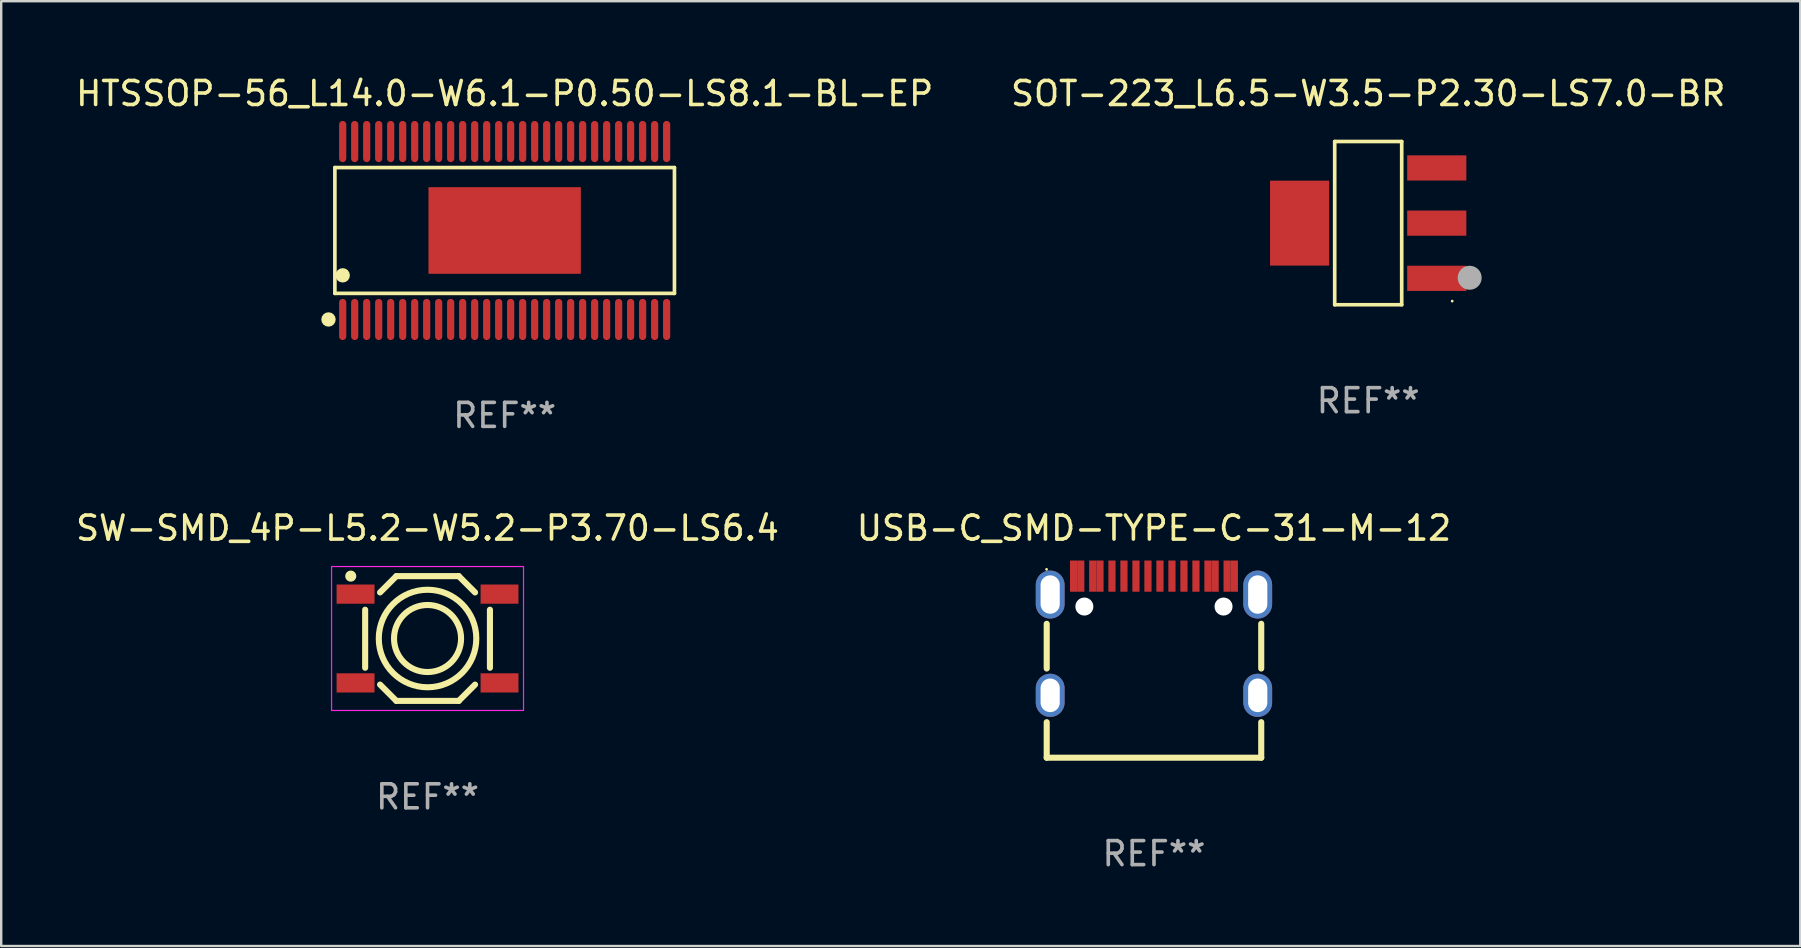
<source format=kicad_pcb>
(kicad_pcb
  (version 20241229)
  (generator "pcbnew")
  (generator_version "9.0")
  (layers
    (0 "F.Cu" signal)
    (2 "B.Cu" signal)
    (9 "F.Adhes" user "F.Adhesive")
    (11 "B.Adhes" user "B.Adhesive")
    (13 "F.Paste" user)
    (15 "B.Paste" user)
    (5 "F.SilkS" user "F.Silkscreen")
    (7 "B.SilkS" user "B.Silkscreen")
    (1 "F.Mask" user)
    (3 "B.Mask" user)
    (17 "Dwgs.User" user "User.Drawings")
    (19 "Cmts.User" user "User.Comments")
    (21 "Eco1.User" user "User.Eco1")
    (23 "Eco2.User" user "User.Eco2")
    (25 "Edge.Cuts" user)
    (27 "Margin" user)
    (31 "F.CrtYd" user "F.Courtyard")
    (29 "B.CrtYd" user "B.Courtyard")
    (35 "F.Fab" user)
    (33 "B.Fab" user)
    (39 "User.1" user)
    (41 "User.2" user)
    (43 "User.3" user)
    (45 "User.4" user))
  (footprint "HTSSOP-56_L14.0-W6.1-P0.50-LS8.1-BL-EP"
    (layer "F.Cu")
    (at 17.982 6.556)
    (property "Reference" "HTSSOP-56_L14.0-W6.1-P0.50-LS8.1-BL-EP" (at 0 -5.708 0) (layer "F.SilkS") (effects (font (size 1 1) (thickness 0.15))))
    (attr through_hole)
    (fp_line (start -7.076 -2.622) (end 7.076 -2.622) (stroke (width 0.152) (type solid)) (layer "F.SilkS"))
    (fp_line (start -7.076 2.621) (end -7.076 -2.622) (stroke (width 0.152) (type solid)) (layer "F.SilkS"))
    (fp_line (start 7.076 -2.622) (end 7.076 2.621) (stroke (width 0.152) (type solid)) (layer "F.SilkS"))
    (fp_line (start 7.076 2.621) (end -7.076 2.621) (stroke (width 0.152) (type solid)) (layer "F.SilkS"))
    (fp_circle (center -7.342 3.708) (end -7.192 3.708) (stroke (width 0.3) (type solid)) (fill no) (layer "F.SilkS"))
    (fp_circle (center -6.75 1.869) (end -6.6 1.869) (stroke (width 0.3) (type solid)) (fill no) (layer "F.SilkS"))
    (fp_text user "REF**" (at 0 7.708 0) (layer "F.Fab") (effects (font (size 1 1) (thickness 0.15))))
    (pad "1" smd oval (at -6.75 3.708) (size 0.3 1.715) (layers "F.Cu" "F.Mask" "F.Paste"))
    (pad "2" smd oval (at -6.25 3.708) (size 0.3 1.715) (layers "F.Cu" "F.Mask" "F.Paste"))
    (pad "3" smd oval (at -5.75 3.708) (size 0.3 1.715) (layers "F.Cu" "F.Mask" "F.Paste"))
    (pad "4" smd oval (at -5.25 3.708) (size 0.3 1.715) (layers "F.Cu" "F.Mask" "F.Paste"))
    (pad "5" smd oval (at -4.75 3.708) (size 0.3 1.715) (layers "F.Cu" "F.Mask" "F.Paste"))
    (pad "6" smd oval (at -4.25 3.708) (size 0.3 1.715) (layers "F.Cu" "F.Mask" "F.Paste"))
    (pad "7" smd oval (at -3.75 3.708) (size 0.3 1.715) (layers "F.Cu" "F.Mask" "F.Paste"))
    (pad "8" smd oval (at -3.25 3.708) (size 0.3 1.715) (layers "F.Cu" "F.Mask" "F.Paste"))
    (pad "9" smd oval (at -2.75 3.708) (size 0.3 1.715) (layers "F.Cu" "F.Mask" "F.Paste"))
    (pad "10" smd oval (at -2.25 3.708) (size 0.3 1.715) (layers "F.Cu" "F.Mask" "F.Paste"))
    (pad "11" smd oval (at -1.75 3.708) (size 0.3 1.715) (layers "F.Cu" "F.Mask" "F.Paste"))
    (pad "12" smd oval (at -1.25 3.708) (size 0.3 1.715) (layers "F.Cu" "F.Mask" "F.Paste"))
    (pad "13" smd oval (at -0.75 3.708) (size 0.3 1.715) (layers "F.Cu" "F.Mask" "F.Paste"))
    (pad "14" smd oval (at -0.25 3.708) (size 0.3 1.715) (layers "F.Cu" "F.Mask" "F.Paste"))
    (pad "15" smd oval (at 0.25 3.708) (size 0.3 1.715) (layers "F.Cu" "F.Mask" "F.Paste"))
    (pad "16" smd oval (at 0.75 3.708) (size 0.3 1.715) (layers "F.Cu" "F.Mask" "F.Paste"))
    (pad "17" smd oval (at 1.25 3.708) (size 0.3 1.715) (layers "F.Cu" "F.Mask" "F.Paste"))
    (pad "18" smd oval (at 1.75 3.708) (size 0.3 1.715) (layers "F.Cu" "F.Mask" "F.Paste"))
    (pad "19" smd oval (at 2.25 3.708) (size 0.3 1.715) (layers "F.Cu" "F.Mask" "F.Paste"))
    (pad "20" smd oval (at 2.75 3.708) (size 0.3 1.715) (layers "F.Cu" "F.Mask" "F.Paste"))
    (pad "21" smd oval (at 3.25 3.708) (size 0.3 1.715) (layers "F.Cu" "F.Mask" "F.Paste"))
    (pad "22" smd oval (at 3.75 3.708) (size 0.3 1.715) (layers "F.Cu" "F.Mask" "F.Paste"))
    (pad "23" smd oval (at 4.25 3.708) (size 0.3 1.715) (layers "F.Cu" "F.Mask" "F.Paste"))
    (pad "24" smd oval (at 4.75 3.708) (size 0.3 1.715) (layers "F.Cu" "F.Mask" "F.Paste"))
    (pad "25" smd oval (at 5.25 3.708) (size 0.3 1.715) (layers "F.Cu" "F.Mask" "F.Paste"))
    (pad "26" smd oval (at 5.75 3.708) (size 0.3 1.715) (layers "F.Cu" "F.Mask" "F.Paste"))
    (pad "27" smd oval (at 6.25 3.708) (size 0.3 1.715) (layers "F.Cu" "F.Mask" "F.Paste"))
    (pad "28" smd oval (at 6.75 3.708) (size 0.3 1.715) (layers "F.Cu" "F.Mask" "F.Paste"))
    (pad "29" smd oval (at 6.75 -3.708) (size 0.3 1.715) (layers "F.Cu" "F.Mask" "F.Paste"))
    (pad "30" smd oval (at 6.25 -3.708) (size 0.3 1.715) (layers "F.Cu" "F.Mask" "F.Paste"))
    (pad "31" smd oval (at 5.75 -3.708) (size 0.3 1.715) (layers "F.Cu" "F.Mask" "F.Paste"))
    (pad "32" smd oval (at 5.25 -3.708) (size 0.3 1.715) (layers "F.Cu" "F.Mask" "F.Paste"))
    (pad "33" smd oval (at 4.75 -3.708) (size 0.3 1.715) (layers "F.Cu" "F.Mask" "F.Paste"))
    (pad "34" smd oval (at 4.25 -3.708) (size 0.3 1.715) (layers "F.Cu" "F.Mask" "F.Paste"))
    (pad "35" smd oval (at 3.75 -3.708) (size 0.3 1.715) (layers "F.Cu" "F.Mask" "F.Paste"))
    (pad "36" smd oval (at 3.25 -3.708) (size 0.3 1.715) (layers "F.Cu" "F.Mask" "F.Paste"))
    (pad "37" smd oval (at 2.75 -3.708) (size 0.3 1.715) (layers "F.Cu" "F.Mask" "F.Paste"))
    (pad "38" smd oval (at 2.25 -3.708) (size 0.3 1.715) (layers "F.Cu" "F.Mask" "F.Paste"))
    (pad "39" smd oval (at 1.75 -3.708) (size 0.3 1.715) (layers "F.Cu" "F.Mask" "F.Paste"))
    (pad "40" smd oval (at 1.25 -3.708) (size 0.3 1.715) (layers "F.Cu" "F.Mask" "F.Paste"))
    (pad "41" smd oval (at 0.75 -3.708) (size 0.3 1.715) (layers "F.Cu" "F.Mask" "F.Paste"))
    (pad "42" smd oval (at 0.25 -3.708) (size 0.3 1.715) (layers "F.Cu" "F.Mask" "F.Paste"))
    (pad "43" smd oval (at -0.25 -3.708) (size 0.3 1.715) (layers "F.Cu" "F.Mask" "F.Paste"))
    (pad "44" smd oval (at -0.75 -3.708) (size 0.3 1.715) (layers "F.Cu" "F.Mask" "F.Paste"))
    (pad "45" smd oval (at -1.25 -3.708) (size 0.3 1.715) (layers "F.Cu" "F.Mask" "F.Paste"))
    (pad "46" smd oval (at -1.75 -3.708) (size 0.3 1.715) (layers "F.Cu" "F.Mask" "F.Paste"))
    (pad "47" smd oval (at -2.25 -3.708) (size 0.3 1.715) (layers "F.Cu" "F.Mask" "F.Paste"))
    (pad "48" smd oval (at -2.75 -3.708) (size 0.3 1.715) (layers "F.Cu" "F.Mask" "F.Paste"))
    (pad "49" smd oval (at -3.25 -3.708) (size 0.3 1.715) (layers "F.Cu" "F.Mask" "F.Paste"))
    (pad "50" smd oval (at -3.75 -3.708) (size 0.3 1.715) (layers "F.Cu" "F.Mask" "F.Paste"))
    (pad "51" smd oval (at -4.25 -3.708) (size 0.3 1.715) (layers "F.Cu" "F.Mask" "F.Paste"))
    (pad "52" smd oval (at -4.75 -3.708) (size 0.3 1.715) (layers "F.Cu" "F.Mask" "F.Paste"))
    (pad "53" smd oval (at -5.25 -3.708) (size 0.3 1.715) (layers "F.Cu" "F.Mask" "F.Paste"))
    (pad "54" smd oval (at -5.75 -3.708) (size 0.3 1.715) (layers "F.Cu" "F.Mask" "F.Paste"))
    (pad "55" smd oval (at -6.25 -3.708) (size 0.3 1.715) (layers "F.Cu" "F.Mask" "F.Paste"))
    (pad "56" smd oval (at -6.75 -3.708) (size 0.3 1.715) (layers "F.Cu" "F.Mask" "F.Paste"))
    (pad "57" smd rect (at 0.000025 -0.000127) (size 6.35 3.61) (layers "F.Cu" "F.Mask" "F.Paste")))
  (footprint "SOT-223_L6.5-W3.5-P2.30-LS7.0-BR"
    (layer "F.Cu")
    (at 53.97 6.249)
    (property "Reference" "SOT-223_L6.5-W3.5-P2.30-LS7.0-BR" (at 0 -5.401 0) (layer "F.SilkS") (effects (font (size 1 1) (thickness 0.15))))
    (attr through_hole)
    (fp_line (start -1.396 -3.401) (end 1.396 -3.401) (stroke (width 0.152) (type solid)) (layer "F.SilkS"))
    (fp_line (start -1.396 3.401) (end -1.396 -3.401) (stroke (width 0.152) (type solid)) (layer "F.SilkS"))
    (fp_line (start 1.396 -3.401) (end 1.396 3.401) (stroke (width 0.152) (type solid)) (layer "F.SilkS"))
    (fp_line (start 1.396 3.401) (end -1.396 3.401) (stroke (width 0.152) (type solid)) (layer "F.SilkS"))
    (fp_circle (center 3.5 3.25) (end 3.53 3.25) (stroke (width 0.06) (type solid)) (fill no) (layer "F.SilkS"))
    (fp_circle (center 4.229 2.277) (end 4.479 2.277) (stroke (width 0.5) (type solid)) (fill no) (layer "F.Fab"))
    (fp_text user "REF**" (at 0 7.401 0) (layer "F.Fab") (effects (font (size 1 1) (thickness 0.15))))
    (pad "1" smd rect (at 2.858 2.3) (size 2.465 1.05) (layers "F.Cu" "F.Mask" "F.Paste"))
    (pad "2" smd rect (at 2.858 0) (size 2.465 1.05) (layers "F.Cu" "F.Mask" "F.Paste"))
    (pad "3" smd rect (at 2.858 -2.3) (size 2.465 1.05) (layers "F.Cu" "F.Mask" "F.Paste"))
    (pad "4" smd rect (at -2.858 0) (size 2.465 3.54) (layers "F.Cu" "F.Mask" "F.Paste")))
  (footprint "SW-SMD_4P-L5.2-W5.2-P3.70-LS6.4"
    (layer "F.Cu")
    (at 14.768 23.56)
    (property "Reference" "SW-SMD_4P-L5.2-W5.2-P3.70-LS6.4" (at 0 -4.6 0) (layer "F.SilkS") (effects (font (size 1 1) (thickness 0.15))))
    (attr through_hole)
    (fp_line (start -2.6 -1.2) (end -2.6 1.219) (stroke (width 0.254) (type solid)) (layer "F.SilkS"))
    (fp_line (start -1.98 1.92) (end -1.3 2.6) (stroke (width 0.254) (type solid)) (layer "F.SilkS"))
    (fp_line (start -1.3 -2.6) (end -1.98 -1.92) (stroke (width 0.254) (type solid)) (layer "F.SilkS"))
    (fp_line (start -1.3 2.6) (end 1.3 2.6) (stroke (width 0.254) (type solid)) (layer "F.SilkS"))
    (fp_line (start 1.3 -2.6) (end -1.3 -2.6) (stroke (width 0.254) (type solid)) (layer "F.SilkS"))
    (fp_line (start 1.3 2.6) (end 1.98 1.92) (stroke (width 0.254) (type solid)) (layer "F.SilkS"))
    (fp_line (start 1.98 -1.92) (end 1.3 -2.6) (stroke (width 0.254) (type solid)) (layer "F.SilkS"))
    (fp_line (start 2.6 -1.2) (end 2.6 1.219) (stroke (width 0.254) (type solid)) (layer "F.SilkS"))
    (fp_circle (center -3.2 -2.6) (end -3 -2.6) (stroke (width 0.06) (type solid)) (fill yes) (layer "F.SilkS"))
    (fp_circle (center 0 0) (end 1.397 0) (stroke (width 0.254) (type solid)) (fill no) (layer "F.SilkS"))
    (fp_circle (center 0 0) (end 2.032 0) (stroke (width 0.254) (type solid)) (fill no) (layer "F.SilkS"))
    (fp_rect (start -4 -3) (end 4 3) (stroke (width 0.05) (type solid)) (fill no) (layer "F.CrtYd"))
    (fp_text user "REF**" (at 0 6.6 0) (layer "F.Fab") (effects (font (size 1 1) (thickness 0.15))))
    (pad "1" smd rect (at -3 -1.85) (size 1.58 0.8) (layers "F.Cu" "F.Mask" "F.Paste"))
    (pad "2" smd rect (at 3 -1.85) (size 1.58 0.8) (layers "F.Cu" "F.Mask" "F.Paste"))
    (pad "3" smd rect (at -3 1.85) (size 1.58 0.8) (layers "F.Cu" "F.Mask" "F.Paste"))
    (pad "4" smd rect (at 3 1.85) (size 1.58 0.8) (layers "F.Cu" "F.Mask" "F.Paste")))
  (footprint "USB-C_SMD-TYPE-C-31-M-12"
    (layer "F.Cu")
    (at 45.042 24.744)
    (property "Reference" "USB-C_SMD-TYPE-C-31-M-12" (at 0 -5.784 0) (layer "F.SilkS") (effects (font (size 1 1) (thickness 0.15))))
    (attr through_hole)
    (fp_line (start -4.47 0.066) (end -4.47 -1.797) (stroke (width 0.254) (type solid)) (layer "F.SilkS"))
    (fp_line (start -4.47 3.784) (end -4.47 2.303) (stroke (width 0.254) (type solid)) (layer "F.SilkS"))
    (fp_line (start 4.47 0.066) (end 4.47 -1.798) (stroke (width 0.254) (type solid)) (layer "F.SilkS"))
    (fp_line (start 4.47 3.784) (end -4.47 3.784) (stroke (width 0.254) (type solid)) (layer "F.SilkS"))
    (fp_line (start 4.47 3.784) (end 4.47 2.302) (stroke (width 0.254) (type solid)) (layer "F.SilkS"))
    (fp_circle (center -4.476 -4.066) (end -4.446 -4.066) (stroke (width 0.06) (type solid)) (fill no) (layer "F.SilkS"))
    (fp_circle (center -2.901 -2.516) (end -2.776 -2.516) (stroke (width 0.25) (type solid)) (fill no) (layer "F.Fab"))
    (fp_circle (center 2.899 -2.516) (end 3.024 -2.516) (stroke (width 0.25) (type solid)) (fill no) (layer "F.Fab"))
    (fp_text user "REF**" (at 0 7.784 0) (layer "F.Fab") (effects (font (size 1 1) (thickness 0.15))))
    (pad "" np_thru_hole circle (at -2.901 -2.516) (size 0.75 0.75) (drill 0.75) (layers "*.Cu" "*.Mask"))
    (pad "" np_thru_hole circle (at 2.899 -2.516) (size 0.75 0.75) (drill 0.75) (layers "*.Cu" "*.Mask"))
    (pad "A1" smd rect (at -3.351 -3.784) (size 0.3 1.3) (layers "F.Cu" "F.Mask" "F.Paste"))
    (pad "A4" smd rect (at -2.551 -3.784) (size 0.3 1.3) (layers "F.Cu" "F.Mask" "F.Paste"))
    (pad "A5" smd rect (at -1.251 -3.784) (size 0.3 1.3) (layers "F.Cu" "F.Mask" "F.Paste"))
    (pad "A6" smd rect (at -0.251 -3.784) (size 0.3 1.3) (layers "F.Cu" "F.Mask" "F.Paste"))
    (pad "A7" smd rect (at 0.249 -3.784) (size 0.3 1.3) (layers "F.Cu" "F.Mask" "F.Paste"))
    (pad "A8" smd rect (at 1.249 -3.784) (size 0.3 1.3) (layers "F.Cu" "F.Mask" "F.Paste"))
    (pad "A9" smd rect (at 2.549 -3.784) (size 0.3 1.3) (layers "F.Cu" "F.Mask" "F.Paste"))
    (pad "A12" smd rect (at 3.349 -3.784) (size 0.3 1.3) (layers "F.Cu" "F.Mask" "F.Paste"))
    (pad "B1" smd rect (at 3.049 -3.784) (size 0.3 1.3) (layers "F.Cu" "F.Mask" "F.Paste"))
    (pad "B4" smd rect (at 2.249 -3.784) (size 0.3 1.3) (layers "F.Cu" "F.Mask" "F.Paste"))
    (pad "B5" smd rect (at 1.749 -3.784) (size 0.3 1.3) (layers "F.Cu" "F.Mask" "F.Paste"))
    (pad "B6" smd rect (at 0.749 -3.784) (size 0.3 1.3) (layers "F.Cu" "F.Mask" "F.Paste"))
    (pad "B7" smd rect (at -0.751 -3.784) (size 0.3 1.3) (layers "F.Cu" "F.Mask" "F.Paste"))
    (pad "B8" smd rect (at -1.751 -3.784) (size 0.3 1.3) (layers "F.Cu" "F.Mask" "F.Paste"))
    (pad "B9" smd rect (at -2.251 -3.784) (size 0.3 1.3) (layers "F.Cu" "F.Mask" "F.Paste"))
    (pad "B12" smd rect (at -3.051 -3.784) (size 0.3 1.3) (layers "F.Cu" "F.Mask" "F.Paste"))
    (pad "S1" thru_hole oval (at -4.326 -3.016) (size 1.2 2) (drill oval 0.8 1.6) (layers "*.Cu" "*.Mask"))
    (pad "S1" thru_hole oval (at -4.326 1.184) (size 1.2 1.8) (drill oval 0.8 1.4) (layers "*.Cu" "*.Mask"))
    (pad "S2" thru_hole oval (at 4.324 -3.016) (size 1.2 2) (drill oval 0.8 1.6) (layers "*.Cu" "*.Mask"))
    (pad "S2" thru_hole oval (at 4.324 1.184) (size 1.2 1.8) (drill oval 0.8 1.4) (layers "*.Cu" "*.Mask")))
  (gr_rect
    (start -3 -3)
    (end 71.976 36.376)
    (stroke (width 0.1) (type default))
    (fill no)
    (layer "Edge.Cuts")))
</source>
